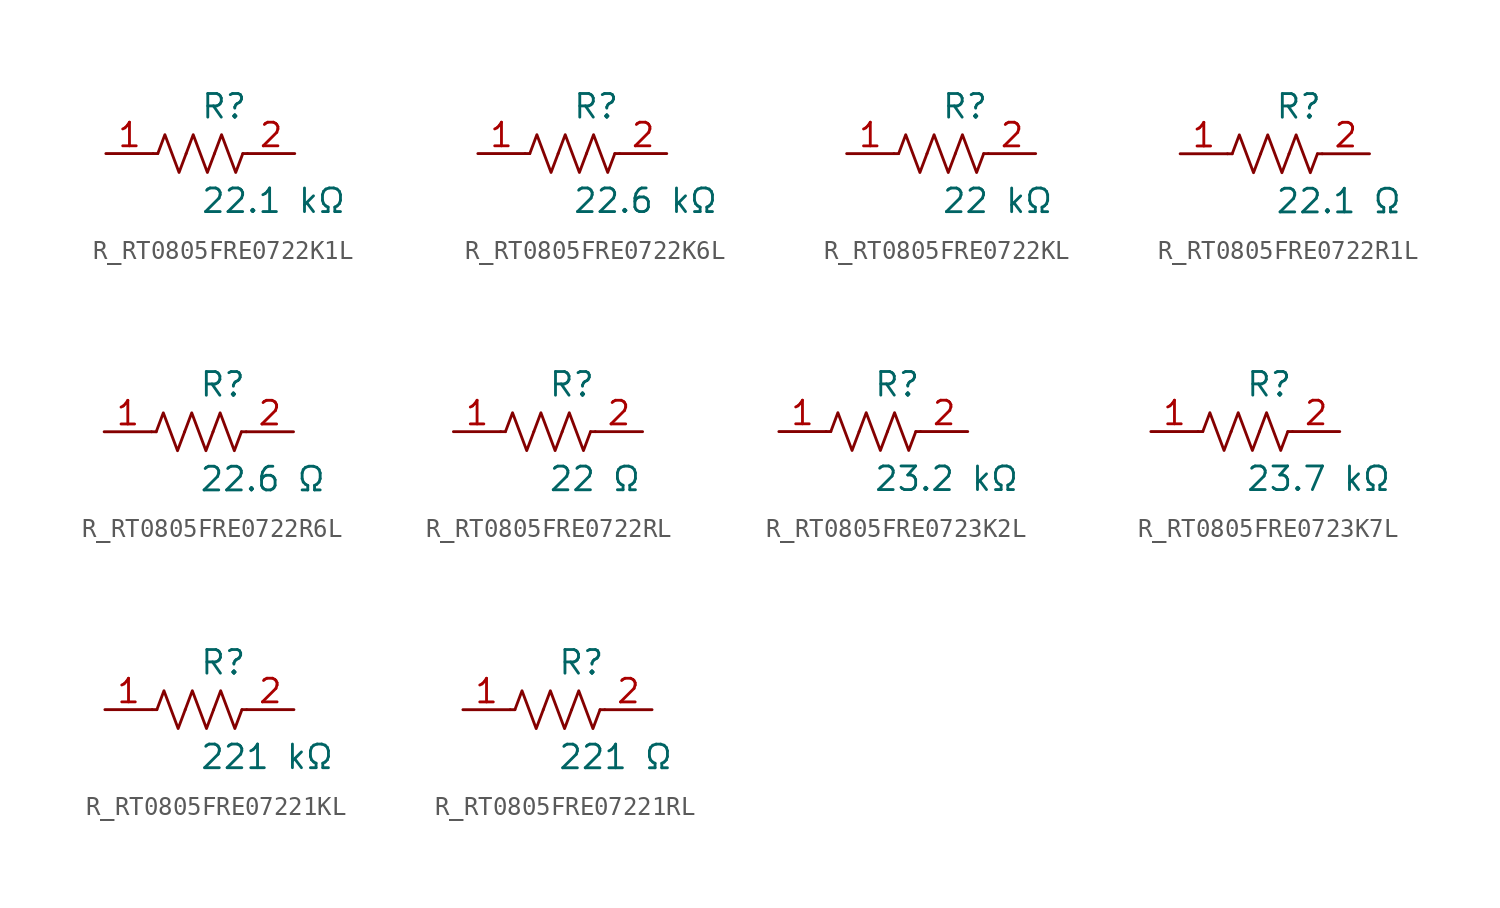
<source format=kicad_sym>
(kicad_symbol_lib
  (version 20231120)
  (generator kicad_symbol_editor)
  (generator_version 8.0)
  (symbol "R_RT0805FRE0722K1L"
    (pin_names
      (offset 0.254))
    (property "Reference" "R"
      (at 0 2.54 0)
      (effects (font (size 1.27 1.27)) (justify left)))
    (property "Value" "22.1 kΩ"
      (at 0 -2.54 0)
      (effects (font (size 1.27 1.27)) (justify left)))
    (symbol "R_RT0805FRE0722K1L_0_1"
      (polyline (pts (xy 2.286 0) (xy 2.54 0)) (stroke (width 0) (type default)) (fill (type none)))
      (polyline (pts (xy -2.286 0) (xy -2.54 0)) (stroke (width 0) (type default)) (fill (type none)))
      (polyline (pts (xy 0.762 0) (xy 1.143 1.016) (xy 1.524 0) (xy 1.905 -1.016) (xy 2.286 0)) (stroke (width 0) (type default)) (fill (type none)))
      (polyline (pts (xy -0.762 0) (xy -0.381 1.016) (xy 0 0) (xy 0.381 -1.016) (xy 0.762 0)) (stroke (width 0) (type default)) (fill (type none)))
      (polyline (pts (xy -2.286 0) (xy -1.905 1.016) (xy -1.524 0) (xy -1.143 -1.016) (xy -0.762 0)) (stroke (width 0) (type default)) (fill (type none))))
    (pin passive line
      (at -5.08 0 0)
      (length 2.54)
      (name "" (effects (font (size 1.27 1.27))))
      (number "1" (effects (font (size 1.27 1.27)))))
    (pin passive line
      (at 5.08 0 180)
      (length 2.54)
      (name "" (effects (font (size 1.27 1.27))))
      (number "2" (effects (font (size 1.27 1.27))))))
  (symbol "R_RT0805FRE0722K6L"
    (pin_names
      (offset 0.254))
    (property "Reference" "R"
      (at 0 2.54 0)
      (effects (font (size 1.27 1.27)) (justify left)))
    (property "Value" "22.6 kΩ"
      (at 0 -2.54 0)
      (effects (font (size 1.27 1.27)) (justify left)))
    (symbol "R_RT0805FRE0722K6L_0_1"
      (polyline (pts (xy 2.286 0) (xy 2.54 0)) (stroke (width 0) (type default)) (fill (type none)))
      (polyline (pts (xy -2.286 0) (xy -2.54 0)) (stroke (width 0) (type default)) (fill (type none)))
      (polyline (pts (xy 0.762 0) (xy 1.143 1.016) (xy 1.524 0) (xy 1.905 -1.016) (xy 2.286 0)) (stroke (width 0) (type default)) (fill (type none)))
      (polyline (pts (xy -0.762 0) (xy -0.381 1.016) (xy 0 0) (xy 0.381 -1.016) (xy 0.762 0)) (stroke (width 0) (type default)) (fill (type none)))
      (polyline (pts (xy -2.286 0) (xy -1.905 1.016) (xy -1.524 0) (xy -1.143 -1.016) (xy -0.762 0)) (stroke (width 0) (type default)) (fill (type none))))
    (pin passive line
      (at -5.08 0 0)
      (length 2.54)
      (name "" (effects (font (size 1.27 1.27))))
      (number "1" (effects (font (size 1.27 1.27)))))
    (pin passive line
      (at 5.08 0 180)
      (length 2.54)
      (name "" (effects (font (size 1.27 1.27))))
      (number "2" (effects (font (size 1.27 1.27))))))
  (symbol "R_RT0805FRE0722KL"
    (pin_names
      (offset 0.254))
    (property "Reference" "R"
      (at 0 2.54 0)
      (effects (font (size 1.27 1.27)) (justify left)))
    (property "Value" "22 kΩ"
      (at 0 -2.54 0)
      (effects (font (size 1.27 1.27)) (justify left)))
    (symbol "R_RT0805FRE0722KL_0_1"
      (polyline (pts (xy 2.286 0) (xy 2.54 0)) (stroke (width 0) (type default)) (fill (type none)))
      (polyline (pts (xy -2.286 0) (xy -2.54 0)) (stroke (width 0) (type default)) (fill (type none)))
      (polyline (pts (xy 0.762 0) (xy 1.143 1.016) (xy 1.524 0) (xy 1.905 -1.016) (xy 2.286 0)) (stroke (width 0) (type default)) (fill (type none)))
      (polyline (pts (xy -0.762 0) (xy -0.381 1.016) (xy 0 0) (xy 0.381 -1.016) (xy 0.762 0)) (stroke (width 0) (type default)) (fill (type none)))
      (polyline (pts (xy -2.286 0) (xy -1.905 1.016) (xy -1.524 0) (xy -1.143 -1.016) (xy -0.762 0)) (stroke (width 0) (type default)) (fill (type none))))
    (pin passive line
      (at -5.08 0 0)
      (length 2.54)
      (name "" (effects (font (size 1.27 1.27))))
      (number "1" (effects (font (size 1.27 1.27)))))
    (pin passive line
      (at 5.08 0 180)
      (length 2.54)
      (name "" (effects (font (size 1.27 1.27))))
      (number "2" (effects (font (size 1.27 1.27))))))
  (symbol "R_RT0805FRE0722R1L"
    (pin_names
      (offset 0.254))
    (property "Reference" "R"
      (at 0 2.54 0)
      (effects (font (size 1.27 1.27)) (justify left)))
    (property "Value" "22.1 Ω"
      (at 0 -2.54 0)
      (effects (font (size 1.27 1.27)) (justify left)))
    (symbol "R_RT0805FRE0722R1L_0_1"
      (polyline (pts (xy 2.286 0) (xy 2.54 0)) (stroke (width 0) (type default)) (fill (type none)))
      (polyline (pts (xy -2.286 0) (xy -2.54 0)) (stroke (width 0) (type default)) (fill (type none)))
      (polyline (pts (xy 0.762 0) (xy 1.143 1.016) (xy 1.524 0) (xy 1.905 -1.016) (xy 2.286 0)) (stroke (width 0) (type default)) (fill (type none)))
      (polyline (pts (xy -0.762 0) (xy -0.381 1.016) (xy 0 0) (xy 0.381 -1.016) (xy 0.762 0)) (stroke (width 0) (type default)) (fill (type none)))
      (polyline (pts (xy -2.286 0) (xy -1.905 1.016) (xy -1.524 0) (xy -1.143 -1.016) (xy -0.762 0)) (stroke (width 0) (type default)) (fill (type none))))
    (pin passive line
      (at -5.08 0 0)
      (length 2.54)
      (name "" (effects (font (size 1.27 1.27))))
      (number "1" (effects (font (size 1.27 1.27)))))
    (pin passive line
      (at 5.08 0 180)
      (length 2.54)
      (name "" (effects (font (size 1.27 1.27))))
      (number "2" (effects (font (size 1.27 1.27))))))
  (symbol "R_RT0805FRE0722R6L"
    (pin_names
      (offset 0.254))
    (property "Reference" "R"
      (at 0 2.54 0)
      (effects (font (size 1.27 1.27)) (justify left)))
    (property "Value" "22.6 Ω"
      (at 0 -2.54 0)
      (effects (font (size 1.27 1.27)) (justify left)))
    (symbol "R_RT0805FRE0722R6L_0_1"
      (polyline (pts (xy 2.286 0) (xy 2.54 0)) (stroke (width 0) (type default)) (fill (type none)))
      (polyline (pts (xy -2.286 0) (xy -2.54 0)) (stroke (width 0) (type default)) (fill (type none)))
      (polyline (pts (xy 0.762 0) (xy 1.143 1.016) (xy 1.524 0) (xy 1.905 -1.016) (xy 2.286 0)) (stroke (width 0) (type default)) (fill (type none)))
      (polyline (pts (xy -0.762 0) (xy -0.381 1.016) (xy 0 0) (xy 0.381 -1.016) (xy 0.762 0)) (stroke (width 0) (type default)) (fill (type none)))
      (polyline (pts (xy -2.286 0) (xy -1.905 1.016) (xy -1.524 0) (xy -1.143 -1.016) (xy -0.762 0)) (stroke (width 0) (type default)) (fill (type none))))
    (pin passive line
      (at -5.08 0 0)
      (length 2.54)
      (name "" (effects (font (size 1.27 1.27))))
      (number "1" (effects (font (size 1.27 1.27)))))
    (pin passive line
      (at 5.08 0 180)
      (length 2.54)
      (name "" (effects (font (size 1.27 1.27))))
      (number "2" (effects (font (size 1.27 1.27))))))
  (symbol "R_RT0805FRE0722RL"
    (pin_names
      (offset 0.254))
    (property "Reference" "R"
      (at 0 2.54 0)
      (effects (font (size 1.27 1.27)) (justify left)))
    (property "Value" "22 Ω"
      (at 0 -2.54 0)
      (effects (font (size 1.27 1.27)) (justify left)))
    (symbol "R_RT0805FRE0722RL_0_1"
      (polyline (pts (xy 2.286 0) (xy 2.54 0)) (stroke (width 0) (type default)) (fill (type none)))
      (polyline (pts (xy -2.286 0) (xy -2.54 0)) (stroke (width 0) (type default)) (fill (type none)))
      (polyline (pts (xy 0.762 0) (xy 1.143 1.016) (xy 1.524 0) (xy 1.905 -1.016) (xy 2.286 0)) (stroke (width 0) (type default)) (fill (type none)))
      (polyline (pts (xy -0.762 0) (xy -0.381 1.016) (xy 0 0) (xy 0.381 -1.016) (xy 0.762 0)) (stroke (width 0) (type default)) (fill (type none)))
      (polyline (pts (xy -2.286 0) (xy -1.905 1.016) (xy -1.524 0) (xy -1.143 -1.016) (xy -0.762 0)) (stroke (width 0) (type default)) (fill (type none))))
    (pin passive line
      (at -5.08 0 0)
      (length 2.54)
      (name "" (effects (font (size 1.27 1.27))))
      (number "1" (effects (font (size 1.27 1.27)))))
    (pin passive line
      (at 5.08 0 180)
      (length 2.54)
      (name "" (effects (font (size 1.27 1.27))))
      (number "2" (effects (font (size 1.27 1.27))))))
  (symbol "R_RT0805FRE0723K2L"
    (pin_names
      (offset 0.254))
    (property "Reference" "R"
      (at 0 2.54 0)
      (effects (font (size 1.27 1.27)) (justify left)))
    (property "Value" "23.2 kΩ"
      (at 0 -2.54 0)
      (effects (font (size 1.27 1.27)) (justify left)))
    (symbol "R_RT0805FRE0723K2L_0_1"
      (polyline (pts (xy 2.286 0) (xy 2.54 0)) (stroke (width 0) (type default)) (fill (type none)))
      (polyline (pts (xy -2.286 0) (xy -2.54 0)) (stroke (width 0) (type default)) (fill (type none)))
      (polyline (pts (xy 0.762 0) (xy 1.143 1.016) (xy 1.524 0) (xy 1.905 -1.016) (xy 2.286 0)) (stroke (width 0) (type default)) (fill (type none)))
      (polyline (pts (xy -0.762 0) (xy -0.381 1.016) (xy 0 0) (xy 0.381 -1.016) (xy 0.762 0)) (stroke (width 0) (type default)) (fill (type none)))
      (polyline (pts (xy -2.286 0) (xy -1.905 1.016) (xy -1.524 0) (xy -1.143 -1.016) (xy -0.762 0)) (stroke (width 0) (type default)) (fill (type none))))
    (pin passive line
      (at -5.08 0 0)
      (length 2.54)
      (name "" (effects (font (size 1.27 1.27))))
      (number "1" (effects (font (size 1.27 1.27)))))
    (pin passive line
      (at 5.08 0 180)
      (length 2.54)
      (name "" (effects (font (size 1.27 1.27))))
      (number "2" (effects (font (size 1.27 1.27))))))
  (symbol "R_RT0805FRE0723K7L"
    (pin_names
      (offset 0.254))
    (property "Reference" "R"
      (at 0 2.54 0)
      (effects (font (size 1.27 1.27)) (justify left)))
    (property "Value" "23.7 kΩ"
      (at 0 -2.54 0)
      (effects (font (size 1.27 1.27)) (justify left)))
    (symbol "R_RT0805FRE0723K7L_0_1"
      (polyline (pts (xy 2.286 0) (xy 2.54 0)) (stroke (width 0) (type default)) (fill (type none)))
      (polyline (pts (xy -2.286 0) (xy -2.54 0)) (stroke (width 0) (type default)) (fill (type none)))
      (polyline (pts (xy 0.762 0) (xy 1.143 1.016) (xy 1.524 0) (xy 1.905 -1.016) (xy 2.286 0)) (stroke (width 0) (type default)) (fill (type none)))
      (polyline (pts (xy -0.762 0) (xy -0.381 1.016) (xy 0 0) (xy 0.381 -1.016) (xy 0.762 0)) (stroke (width 0) (type default)) (fill (type none)))
      (polyline (pts (xy -2.286 0) (xy -1.905 1.016) (xy -1.524 0) (xy -1.143 -1.016) (xy -0.762 0)) (stroke (width 0) (type default)) (fill (type none))))
    (pin passive line
      (at -5.08 0 0)
      (length 2.54)
      (name "" (effects (font (size 1.27 1.27))))
      (number "1" (effects (font (size 1.27 1.27)))))
    (pin passive line
      (at 5.08 0 180)
      (length 2.54)
      (name "" (effects (font (size 1.27 1.27))))
      (number "2" (effects (font (size 1.27 1.27))))))
  (symbol "R_RT0805FRE07221KL"
    (pin_names
      (offset 0.254))
    (property "Reference" "R"
      (at 0 2.54 0)
      (effects (font (size 1.27 1.27)) (justify left)))
    (property "Value" "221 kΩ"
      (at 0 -2.54 0)
      (effects (font (size 1.27 1.27)) (justify left)))
    (symbol "R_RT0805FRE07221KL_0_1"
      (polyline (pts (xy 2.286 0) (xy 2.54 0)) (stroke (width 0) (type default)) (fill (type none)))
      (polyline (pts (xy -2.286 0) (xy -2.54 0)) (stroke (width 0) (type default)) (fill (type none)))
      (polyline (pts (xy 0.762 0) (xy 1.143 1.016) (xy 1.524 0) (xy 1.905 -1.016) (xy 2.286 0)) (stroke (width 0) (type default)) (fill (type none)))
      (polyline (pts (xy -0.762 0) (xy -0.381 1.016) (xy 0 0) (xy 0.381 -1.016) (xy 0.762 0)) (stroke (width 0) (type default)) (fill (type none)))
      (polyline (pts (xy -2.286 0) (xy -1.905 1.016) (xy -1.524 0) (xy -1.143 -1.016) (xy -0.762 0)) (stroke (width 0) (type default)) (fill (type none))))
    (pin passive line
      (at -5.08 0 0)
      (length 2.54)
      (name "" (effects (font (size 1.27 1.27))))
      (number "1" (effects (font (size 1.27 1.27)))))
    (pin passive line
      (at 5.08 0 180)
      (length 2.54)
      (name "" (effects (font (size 1.27 1.27))))
      (number "2" (effects (font (size 1.27 1.27))))))
  (symbol "R_RT0805FRE07221RL"
    (pin_names
      (offset 0.254))
    (property "Reference" "R"
      (at 0 2.54 0)
      (effects (font (size 1.27 1.27)) (justify left)))
    (property "Value" "221 Ω"
      (at 0 -2.54 0)
      (effects (font (size 1.27 1.27)) (justify left)))
    (symbol "R_RT0805FRE07221RL_0_1"
      (polyline (pts (xy 2.286 0) (xy 2.54 0)) (stroke (width 0) (type default)) (fill (type none)))
      (polyline (pts (xy -2.286 0) (xy -2.54 0)) (stroke (width 0) (type default)) (fill (type none)))
      (polyline (pts (xy 0.762 0) (xy 1.143 1.016) (xy 1.524 0) (xy 1.905 -1.016) (xy 2.286 0)) (stroke (width 0) (type default)) (fill (type none)))
      (polyline (pts (xy -0.762 0) (xy -0.381 1.016) (xy 0 0) (xy 0.381 -1.016) (xy 0.762 0)) (stroke (width 0) (type default)) (fill (type none)))
      (polyline (pts (xy -2.286 0) (xy -1.905 1.016) (xy -1.524 0) (xy -1.143 -1.016) (xy -0.762 0)) (stroke (width 0) (type default)) (fill (type none))))
    (pin passive line
      (at -5.08 0 0)
      (length 2.54)
      (name "" (effects (font (size 1.27 1.27))))
      (number "1" (effects (font (size 1.27 1.27)))))
    (pin passive line
      (at 5.08 0 180)
      (length 2.54)
      (name "" (effects (font (size 1.27 1.27))))
      (number "2" (effects (font (size 1.27 1.27)))))))
</source>
